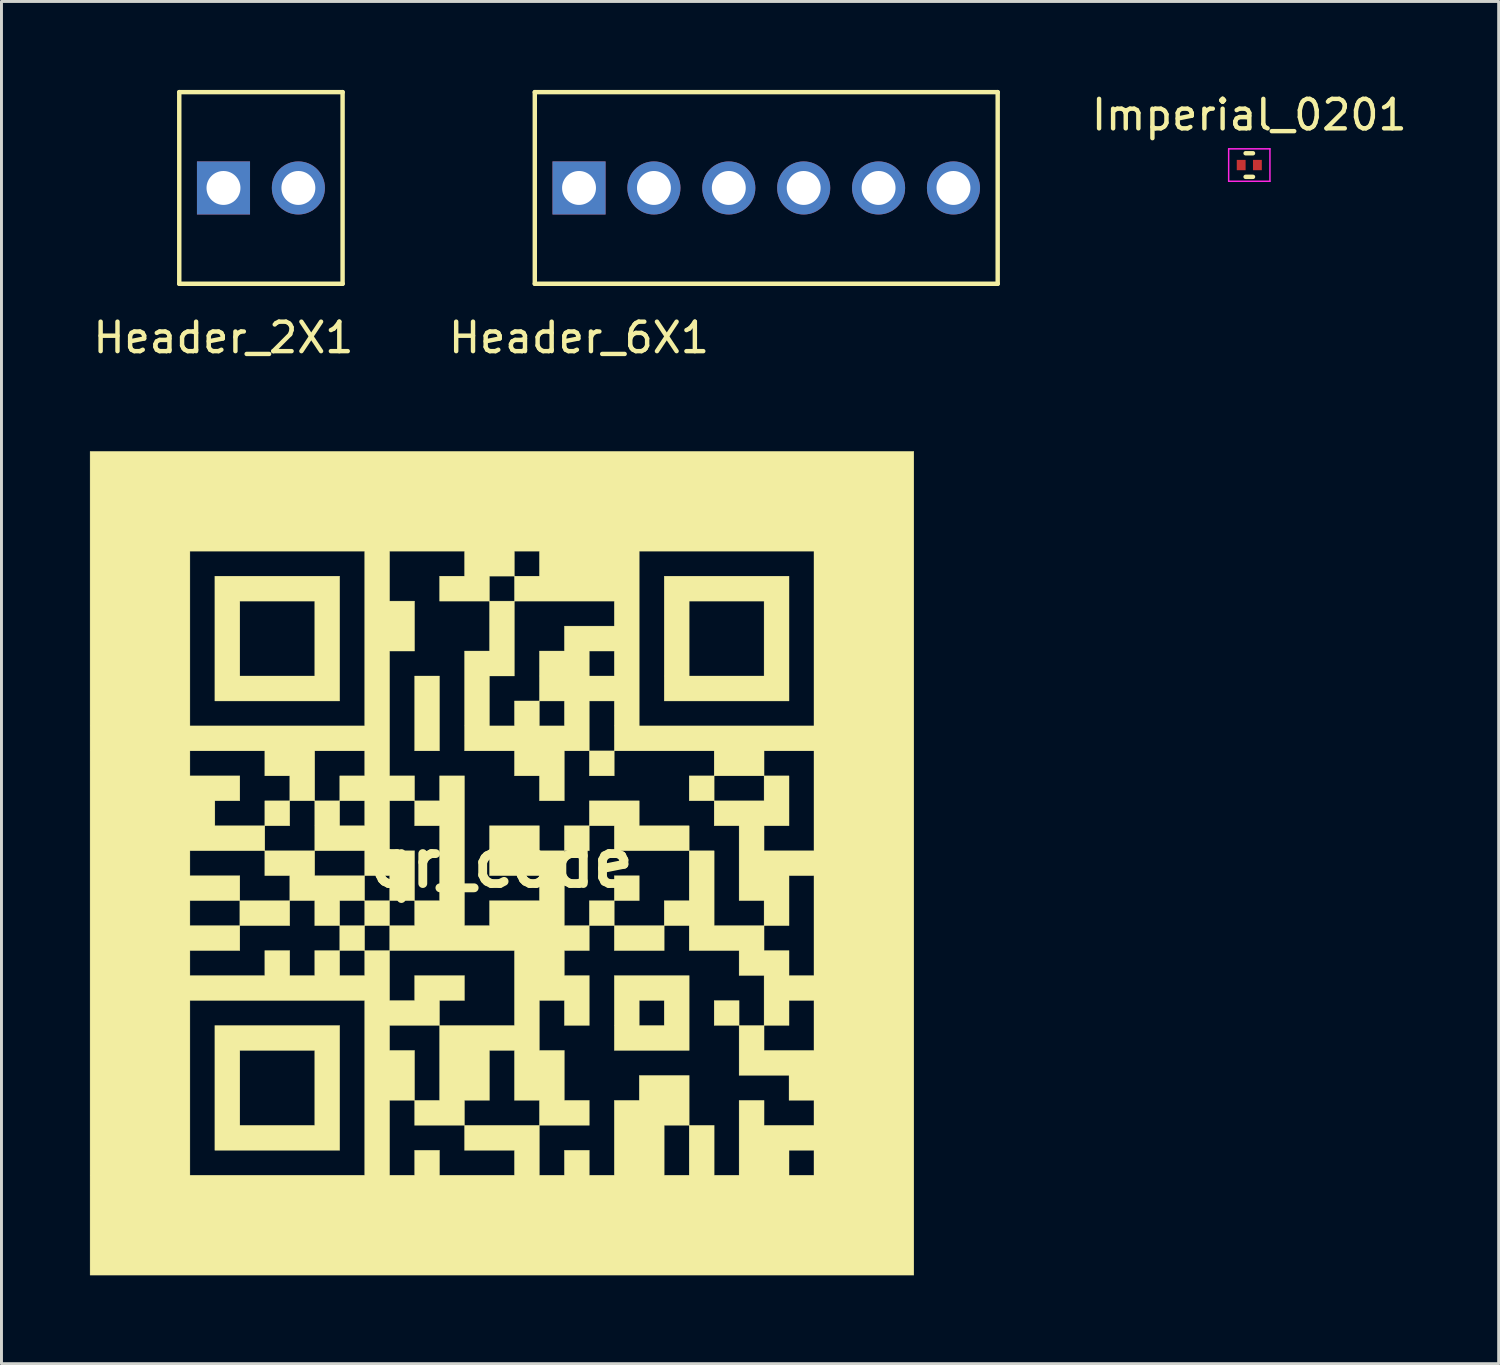
<source format=kicad_pcb>
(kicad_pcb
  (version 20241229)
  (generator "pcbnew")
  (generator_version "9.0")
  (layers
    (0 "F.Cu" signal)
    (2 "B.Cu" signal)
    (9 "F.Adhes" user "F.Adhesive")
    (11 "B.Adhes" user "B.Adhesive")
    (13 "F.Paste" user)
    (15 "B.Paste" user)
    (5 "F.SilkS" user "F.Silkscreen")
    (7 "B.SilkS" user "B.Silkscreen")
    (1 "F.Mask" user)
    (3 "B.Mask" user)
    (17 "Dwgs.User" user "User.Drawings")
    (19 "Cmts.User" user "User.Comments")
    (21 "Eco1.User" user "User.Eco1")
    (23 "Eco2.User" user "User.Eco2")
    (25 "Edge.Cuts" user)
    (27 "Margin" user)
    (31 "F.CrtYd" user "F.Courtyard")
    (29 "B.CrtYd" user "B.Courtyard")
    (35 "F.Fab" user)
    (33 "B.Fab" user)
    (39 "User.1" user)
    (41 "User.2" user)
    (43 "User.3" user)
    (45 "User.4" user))
  (footprint "qr_code"
    (layer "F.Cu")
    (at 13.975 26.228)
    (property "Reference" "qr_code" (at 0 0 0) (layer "F.SilkS") (effects (font (size 1.524 1.524) (thickness 0.3))))
    (attr through_hole)
    (fp_poly (pts (xy -7.197 -1.27) (xy -8.043 -1.27) (xy -8.043 -2.117) (xy -7.197 -2.117) (xy -7.197 -1.27)) (stroke (width 0.01) (type solid)) (fill yes) (layer "F.SilkS"))
    (fp_poly (pts (xy -7.197 2.117) (xy -8.89 2.117) (xy -8.89 1.27) (xy -7.197 1.27) (xy -7.197 2.117)) (stroke (width 0.01) (type solid)) (fill yes) (layer "F.SilkS"))
    (fp_poly (pts (xy -2.117 -3.81) (xy -2.963 -3.81) (xy -2.963 -6.35) (xy -2.117 -6.35) (xy -2.117 -3.81)) (stroke (width 0.01) (type solid)) (fill yes) (layer "F.SilkS"))
    (fp_poly (pts (xy 2.963 -0.423) (xy 2.117 -0.423) (xy 2.117 -1.27) (xy 2.963 -1.27) (xy 2.963 -0.423)) (stroke (width 0.01) (type solid)) (fill yes) (layer "F.SilkS"))
    (fp_poly (pts (xy 3.81 -2.963) (xy 2.963 -2.963) (xy 2.963 -3.81) (xy 3.81 -3.81) (xy 3.81 -2.963)) (stroke (width 0.01) (type solid)) (fill yes) (layer "F.SilkS"))
    (fp_poly (pts (xy 3.81 2.117) (xy 2.963 2.117) (xy 2.963 1.27) (xy 3.81 1.27) (xy 3.81 2.117)) (stroke (width 0.01) (type solid)) (fill yes) (layer "F.SilkS"))
    (fp_poly (pts (xy 4.657 1.27) (xy 3.81 1.27) (xy 3.81 0.423) (xy 4.657 0.423) (xy 4.657 1.27)) (stroke (width 0.01) (type solid)) (fill yes) (layer "F.SilkS"))
    (fp_poly (pts (xy 5.503 2.963) (xy 3.81 2.963) (xy 3.81 2.117) (xy 5.503 2.117) (xy 5.503 2.963)) (stroke (width 0.01) (type solid)) (fill yes) (layer "F.SilkS"))
    (fp_poly (pts (xy 7.197 -2.117) (xy 6.35 -2.117) (xy 6.35 -2.963) (xy 7.197 -2.963) (xy 7.197 -2.117)) (stroke (width 0.01) (type solid)) (fill yes) (layer "F.SilkS"))
    (fp_poly (pts (xy 8.043 5.503) (xy 7.197 5.503) (xy 7.197 4.657) (xy 8.043 4.657) (xy 8.043 5.503)) (stroke (width 0.01) (type solid)) (fill yes) (layer "F.SilkS"))
    (fp_poly (pts (xy 2.963 -2.117) (xy 4.657 -2.117) (xy 4.657 -1.27) (xy 6.35 -1.27) (xy 6.35 -0.423) (xy 3.81 -0.423) (xy 3.81 -1.27) (xy 2.963 -1.27) (xy 2.963 -2.117)) (stroke (width 0.01) (type solid)) (fill yes) (layer "F.SilkS"))
    (fp_poly (pts (xy -5.503 -5.503) (xy -9.737 -5.503) (xy -9.737 -8.89) (xy -8.89 -8.89) (xy -8.89 -6.35) (xy -6.35 -6.35) (xy -6.35 -8.89) (xy -8.89 -8.89) (xy -9.737 -8.89) (xy -9.737 -9.737) (xy -5.503 -9.737) (xy -5.503 -5.503)) (stroke (width 0.01) (type solid)) (fill yes) (layer "F.SilkS"))
    (fp_poly (pts (xy -5.503 9.737) (xy -9.737 9.737) (xy -9.737 6.35) (xy -8.89 6.35) (xy -8.89 8.89) (xy -6.35 8.89) (xy -6.35 6.35) (xy -8.89 6.35) (xy -9.737 6.35) (xy -9.737 5.503) (xy -5.503 5.503) (xy -5.503 9.737)) (stroke (width 0.01) (type solid)) (fill yes) (layer "F.SilkS"))
    (fp_poly (pts (xy 6.35 6.35) (xy 3.81 6.35) (xy 3.81 4.657) (xy 4.657 4.657) (xy 4.657 5.503) (xy 5.503 5.503) (xy 5.503 4.657) (xy 4.657 4.657) (xy 3.81 4.657) (xy 3.81 3.81) (xy 6.35 3.81) (xy 6.35 6.35)) (stroke (width 0.01) (type solid)) (fill yes) (layer "F.SilkS"))
    (fp_poly (pts (xy 9.737 -5.503) (xy 5.503 -5.503) (xy 5.503 -8.89) (xy 6.35 -8.89) (xy 6.35 -6.35) (xy 8.89 -6.35) (xy 8.89 -8.89) (xy 6.35 -8.89) (xy 5.503 -8.89) (xy 5.503 -9.737) (xy 9.737 -9.737) (xy 9.737 -5.503)) (stroke (width 0.01) (type solid)) (fill yes) (layer "F.SilkS"))
    (fp_poly (pts (xy -7.197 0.423) (xy -8.043 0.423) (xy -8.043 -0.423) (xy -6.35 -0.423) (xy -6.35 0.423) (xy -4.657 0.423) (xy -4.657 1.27) (xy -3.81 1.27) (xy -3.81 2.117) (xy -4.657 2.117) (xy -4.657 2.963) (xy -5.503 2.963) (xy -5.503 2.117) (xy -6.35 2.117) (xy -6.35 1.27) (xy -5.503 1.27) (xy -5.503 2.117) (xy -4.657 2.117) (xy -4.657 1.27) (xy -5.503 1.27) (xy -6.35 1.27) (xy -7.197 1.27) (xy -7.197 0.423)) (stroke (width 0.01) (type solid)) (fill yes) (layer "F.SilkS"))
    (fp_poly (pts (xy -1.27 2.117) (xy -0.423 2.117) (xy -0.423 1.27) (xy 1.27 1.27) (xy 1.27 0.423) (xy -0.423 0.423) (xy -0.423 -1.27) (xy 1.27 -1.27) (xy 1.27 -0.423) (xy 2.117 -0.423) (xy 2.117 2.117) (xy 2.963 2.117) (xy 2.963 2.963) (xy 2.117 2.963) (xy 2.117 3.81) (xy 2.963 3.81) (xy 2.963 5.503) (xy 2.117 5.503) (xy 2.117 4.657) (xy 1.27 4.657) (xy 1.27 6.35) (xy 2.117 6.35) (xy 2.117 8.043) (xy 2.963 8.043) (xy 2.963 8.89) (xy 1.27 8.89) (xy 1.27 8.043) (xy 0.423 8.043) (xy 0.423 6.35) (xy -0.423 6.35) (xy -0.423 8.043) (xy -1.27 8.043) (xy -1.27 8.89) (xy -2.963 8.89) (xy -2.963 8.043) (xy -2.117 8.043) (xy -2.117 5.503) (xy 0.423 5.503) (xy 0.423 2.963) (xy -3.81 2.963) (xy -3.81 2.117) (xy -2.963 2.117) (xy -2.963 1.27) (xy -2.117 1.27) (xy -2.117 -1.27) (xy -2.963 -1.27) (xy -2.963 -2.117) (xy -2.117 -2.117) (xy -2.117 -2.963) (xy -1.27 -2.963) (xy -1.27 2.117)) (stroke (width 0.01) (type solid)) (fill yes) (layer "F.SilkS"))
    (fp_poly (pts (xy 13.97 13.97) (xy -13.97 13.97) (xy -13.97 4.657) (xy -10.583 4.657) (xy -10.583 10.583) (xy -4.657 10.583) (xy -4.657 4.657) (xy -10.583 4.657) (xy -13.97 4.657) (xy -13.97 -3.81) (xy -10.583 -3.81) (xy -10.583 -2.963) (xy -8.89 -2.963) (xy -8.89 -2.117) (xy -9.737 -2.117) (xy -9.737 -1.27) (xy -8.043 -1.27) (xy -8.043 -0.423) (xy -10.583 -0.423) (xy -10.583 0.423) (xy -8.89 0.423) (xy -8.89 1.27) (xy -10.583 1.27) (xy -10.583 2.117) (xy -8.89 2.117) (xy -8.89 2.963) (xy -10.583 2.963) (xy -10.583 3.81) (xy -8.043 3.81) (xy -8.043 2.963) (xy -7.197 2.963) (xy -7.197 3.81) (xy -6.35 3.81) (xy -6.35 2.963) (xy -5.503 2.963) (xy -5.503 3.81) (xy -4.657 3.81) (xy -4.657 2.963) (xy -3.81 2.963) (xy -3.81 4.657) (xy -2.963 4.657) (xy -2.963 3.81) (xy -1.27 3.81) (xy -1.27 4.657) (xy -2.117 4.657) (xy -2.117 5.503) (xy -3.81 5.503) (xy -3.81 6.35) (xy -2.963 6.35) (xy -2.963 8.043) (xy -3.81 8.043) (xy -3.81 10.583) (xy -2.963 10.583) (xy -2.963 9.737) (xy -2.117 9.737) (xy -2.117 10.583) (xy 0.423 10.583) (xy 0.423 9.737) (xy -1.27 9.737) (xy -1.27 8.89) (xy 1.27 8.89) (xy 1.27 10.583) (xy 2.117 10.583) (xy 2.117 9.737) (xy 2.963 9.737) (xy 2.963 10.583) (xy 3.81 10.583) (xy 3.81 8.89) (xy 5.503 8.89) (xy 5.503 10.583) (xy 6.35 10.583) (xy 6.35 8.89) (xy 5.503 8.89) (xy 3.81 8.89) (xy 3.81 8.043) (xy 4.657 8.043) (xy 4.657 7.197) (xy 6.35 7.197) (xy 6.35 8.89) (xy 7.197 8.89) (xy 7.197 10.583) (xy 8.043 10.583) (xy 8.043 9.737) (xy 9.737 9.737) (xy 9.737 10.583) (xy 10.583 10.583) (xy 10.583 9.737) (xy 9.737 9.737) (xy 8.043 9.737) (xy 8.043 8.043) (xy 8.89 8.043) (xy 8.89 8.89) (xy 10.583 8.89) (xy 10.583 8.043) (xy 9.737 8.043) (xy 9.737 7.197) (xy 8.043 7.197) (xy 8.043 5.503) (xy 8.89 5.503) (xy 8.89 6.35) (xy 10.583 6.35) (xy 10.583 4.657) (xy 9.737 4.657) (xy 9.737 5.503) (xy 8.89 5.503) (xy 8.89 3.81) (xy 8.043 3.81) (xy 8.043 2.963) (xy 6.35 2.963) (xy 6.35 2.117) (xy 5.503 2.117) (xy 5.503 1.27) (xy 6.35 1.27) (xy 6.35 -0.423) (xy 7.197 -0.423) (xy 7.197 2.117) (xy 8.89 2.117) (xy 8.89 2.963) (xy 9.737 2.963) (xy 9.737 3.81) (xy 10.583 3.81) (xy 10.583 0.423) (xy 9.737 0.423) (xy 9.737 2.117) (xy 8.89 2.117) (xy 8.89 1.27) (xy 8.043 1.27) (xy 8.043 -1.27) (xy 7.197 -1.27) (xy 7.197 -2.117) (xy 8.89 -2.117) (xy 8.89 -2.963) (xy 7.197 -2.963) (xy 7.197 -3.81) (xy 8.89 -3.81) (xy 8.89 -2.963) (xy 9.737 -2.963) (xy 9.737 -1.27) (xy 8.89 -1.27) (xy 8.89 -0.423) (xy 10.583 -0.423) (xy 10.583 -3.81) (xy 8.89 -3.81) (xy 7.197 -3.81) (xy 3.81 -3.81) (xy 3.81 -5.503) (xy 2.963 -5.503) (xy 2.963 -3.81) (xy 2.117 -3.81) (xy 2.117 -2.117) (xy 1.27 -2.117) (xy 1.27 -2.963) (xy 0.423 -2.963) (xy 0.423 -3.81) (xy -1.27 -3.81) (xy -1.27 -6.35) (xy -0.423 -6.35) (xy -0.423 -4.657) (xy 0.423 -4.657) (xy 0.423 -5.503) (xy 1.27 -5.503) (xy 1.27 -4.657) (xy 2.117 -4.657) (xy 2.117 -5.503) (xy 1.27 -5.503) (xy 1.27 -7.197) (xy 2.117 -7.197) (xy 2.963 -7.197) (xy 2.963 -6.35) (xy 3.81 -6.35) (xy 3.81 -7.197) (xy 2.963 -7.197) (xy 2.117 -7.197) (xy 2.117 -8.043) (xy 3.81 -8.043) (xy 3.81 -8.89) (xy 0.423 -8.89) (xy 0.423 -6.35) (xy -0.423 -6.35) (xy -1.27 -6.35) (xy -1.27 -7.197) (xy -0.423 -7.197) (xy -0.423 -8.89) (xy -2.117 -8.89) (xy -2.117 -9.737) (xy -1.27 -9.737) (xy -0.423 -9.737) (xy -0.423 -8.89) (xy 0.423 -8.89) (xy 0.423 -9.737) (xy -0.423 -9.737) (xy -1.27 -9.737) (xy -1.27 -10.583) (xy 0.423 -10.583) (xy 0.423 -9.737) (xy 1.27 -9.737) (xy 1.27 -10.583) (xy 4.657 -10.583) (xy 4.657 -4.657) (xy 10.583 -4.657) (xy 10.583 -10.583) (xy 4.657 -10.583) (xy 1.27 -10.583) (xy 0.423 -10.583) (xy -1.27 -10.583) (xy -3.81 -10.583) (xy -3.81 -8.89) (xy -2.963 -8.89) (xy -2.963 -7.197) (xy -3.81 -7.197) (xy -3.81 -2.963) (xy -2.963 -2.963) (xy -2.963 -2.117) (xy -3.81 -2.117) (xy -3.81 -0.423) (xy -2.963 -0.423) (xy -2.963 1.27) (xy -3.81 1.27) (xy -3.81 0.423) (xy -4.657 0.423) (xy -4.657 -0.423) (xy -6.35 -0.423) (xy -6.35 -2.117) (xy -7.197 -2.117) (xy -7.197 -2.963) (xy -8.043 -2.963) (xy -8.043 -3.81) (xy -6.35 -3.81) (xy -6.35 -2.117) (xy -5.503 -2.117) (xy -5.503 -1.27) (xy -4.657 -1.27) (xy -4.657 -2.117) (xy -5.503 -2.117) (xy -5.503 -2.963) (xy -4.657 -2.963) (xy -4.657 -3.81) (xy -6.35 -3.81) (xy -8.043 -3.81) (xy -10.583 -3.81) (xy -13.97 -3.81) (xy -13.97 -10.583) (xy -10.583 -10.583) (xy -10.583 -4.657) (xy -4.657 -4.657) (xy -4.657 -10.583) (xy -10.583 -10.583) (xy -13.97 -10.583) (xy -13.97 -13.97) (xy 13.97 -13.97) (xy 13.97 13.97)) (stroke (width 0.01) (type solid)) (fill yes) (layer "F.SilkS")))
  (footprint "Imperial_0201"
    (layer "F.Cu")
    (at 39.323 2.548)
    (property "Reference" "Imperial_0201" (at 0 -1.7 0) (layer "F.SilkS") (effects (font (size 1 1) (thickness 0.15))))
    (attr smd)
    (fp_line (start -0.125 -0.4) (end 0.125 -0.4) (stroke (width 0.15) (type solid)) (layer "F.SilkS"))
    (fp_line (start 0.125 0.4) (end -0.125 0.4) (stroke (width 0.15) (type solid)) (layer "F.SilkS"))
    (fp_line (start -0.7 -0.55) (end -0.7 0.55) (stroke (width 0.05) (type solid)) (layer "F.CrtYd"))
    (fp_line (start -0.7 -0.55) (end 0.7 -0.55) (stroke (width 0.05) (type solid)) (layer "F.CrtYd"))
    (fp_line (start -0.7 0.55) (end 0.7 0.55) (stroke (width 0.05) (type solid)) (layer "F.CrtYd"))
    (fp_line (start 0.7 -0.55) (end 0.7 0.55) (stroke (width 0.05) (type solid)) (layer "F.CrtYd"))
    (pad "1" smd rect (at -0.275 0) (size 0.3 0.35) (layers "F.Cu" "F.Mask" "F.Paste"))
    (pad "2" smd rect (at 0.275 0) (size 0.3 0.35) (layers "F.Cu" "F.Mask" "F.Paste")))
  (footprint "Header_2X1"
    (layer "F.Cu")
    (at 4.53 3.325)
    (property "Reference" "Header_2X1" (at 0 5.08 0) (layer "F.SilkS") (effects (font (size 1 1) (thickness 0.15))))
    (attr through_hole)
    (fp_line (start -1.5 -3.25) (end -1.5 3.25) (stroke (width 0.15) (type solid)) (layer "F.SilkS"))
    (fp_line (start -1.5 -3.25) (end 4.04 -3.25) (stroke (width 0.15) (type solid)) (layer "F.SilkS"))
    (fp_line (start -1.5 3.25) (end 4.04 3.25) (stroke (width 0.15) (type solid)) (layer "F.SilkS"))
    (fp_line (start 4.04 -3.25) (end 4.04 3.25) (stroke (width 0.15) (type solid)) (layer "F.SilkS"))
    (pad "1" thru_hole rect (at 0 0) (size 1.8 1.8) (drill 1.15) (layers "*.Cu" "*.Mask"))
    (pad "2" thru_hole circle (at 2.54 0) (size 1.8 1.8) (drill 1.15) (layers "*.Cu" "*.Mask")))
  (footprint "Header_6X1"
    (layer "F.Cu")
    (at 16.589 3.325)
    (property "Reference" "Header_6X1" (at 0 5.08 0) (layer "F.SilkS") (effects (font (size 1 1) (thickness 0.15))))
    (attr through_hole)
    (fp_line (start -1.5 -3.25) (end -1.5 3.25) (stroke (width 0.15) (type solid)) (layer "F.SilkS"))
    (fp_line (start -1.5 -3.25) (end 14.2 -3.25) (stroke (width 0.15) (type solid)) (layer "F.SilkS"))
    (fp_line (start -1.5 3.25) (end 14.2 3.25) (stroke (width 0.15) (type solid)) (layer "F.SilkS"))
    (fp_line (start 14.2 -3.25) (end 14.2 3.25) (stroke (width 0.15) (type solid)) (layer "F.SilkS"))
    (pad "1" thru_hole rect (at 0 0) (size 1.8 1.8) (drill 1.15) (layers "*.Cu" "*.Mask"))
    (pad "2" thru_hole circle (at 2.54 0) (size 1.8 1.8) (drill 1.15) (layers "*.Cu" "*.Mask"))
    (pad "3" thru_hole circle (at 5.08 0) (size 1.8 1.8) (drill 1.15) (layers "*.Cu" "*.Mask"))
    (pad "4" thru_hole circle (at 7.62 0) (size 1.8 1.8) (drill 1.15) (layers "*.Cu" "*.Mask"))
    (pad "5" thru_hole circle (at 10.16 0) (size 1.8 1.8) (drill 1.15) (layers "*.Cu" "*.Mask"))
    (pad "6" thru_hole circle (at 12.7 0) (size 1.8 1.8) (drill 1.15) (layers "*.Cu" "*.Mask")))
  (gr_rect
    (start -3 -3)
    (end 47.781 43.203)
    (stroke (width 0.1) (type default))
    (fill no)
    (layer "Edge.Cuts")))
</source>
